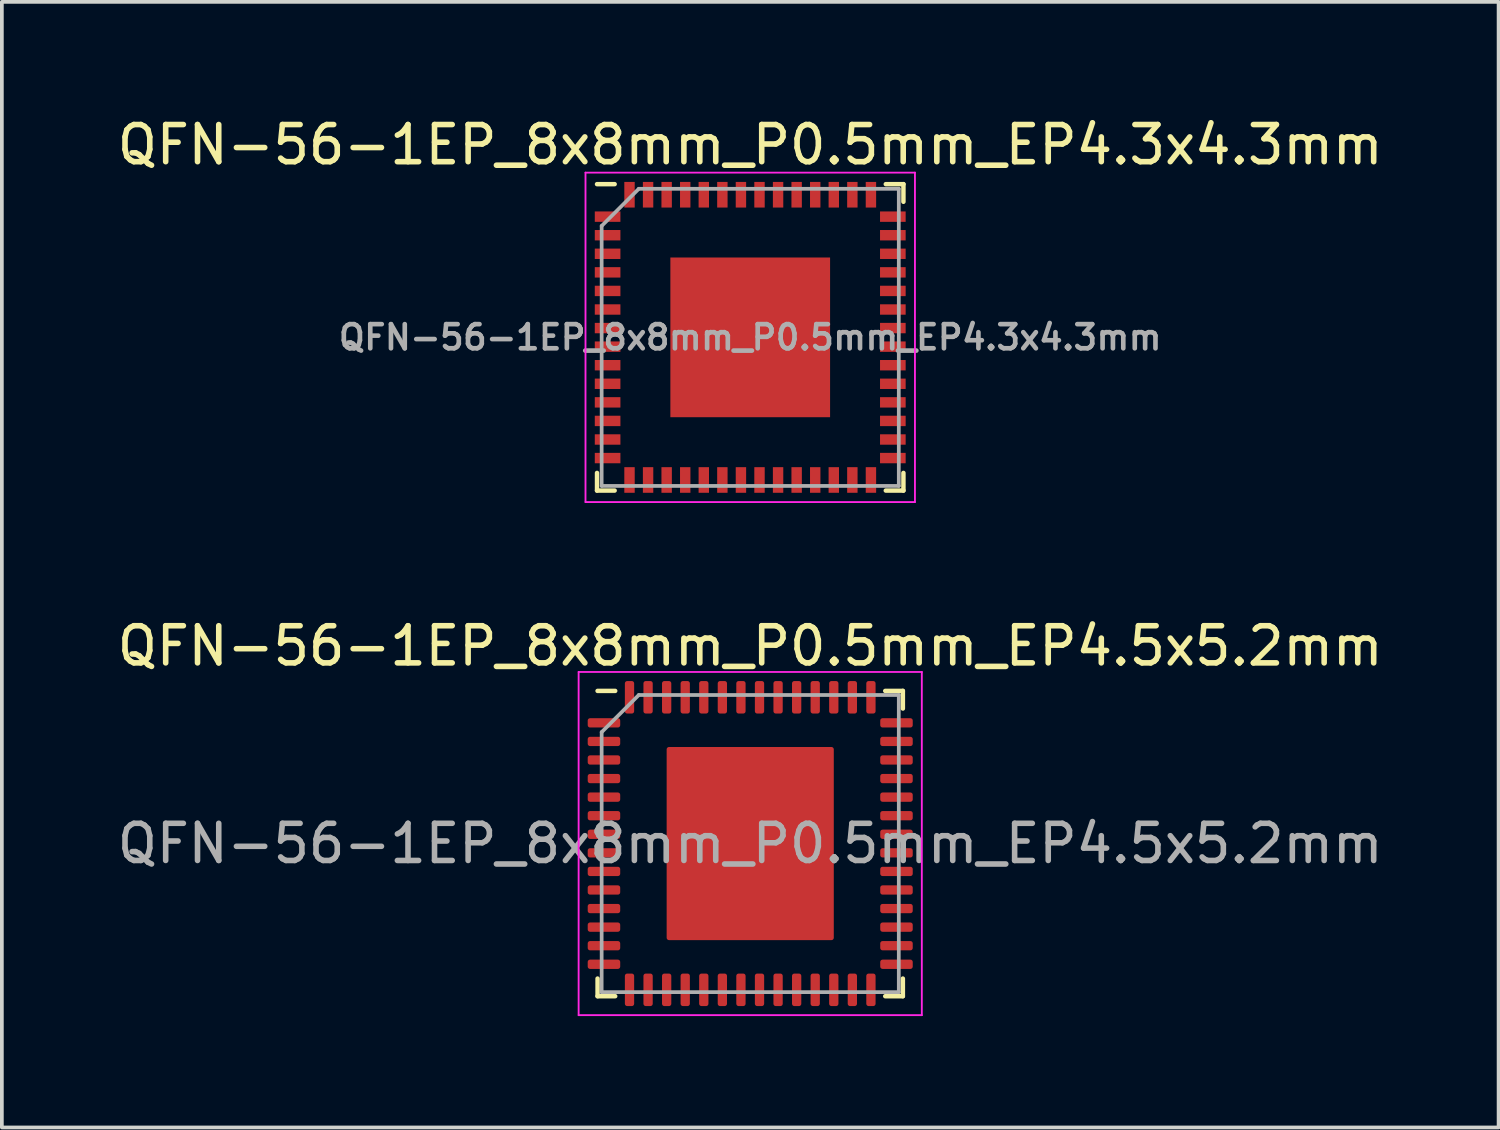
<source format=kicad_pcb>
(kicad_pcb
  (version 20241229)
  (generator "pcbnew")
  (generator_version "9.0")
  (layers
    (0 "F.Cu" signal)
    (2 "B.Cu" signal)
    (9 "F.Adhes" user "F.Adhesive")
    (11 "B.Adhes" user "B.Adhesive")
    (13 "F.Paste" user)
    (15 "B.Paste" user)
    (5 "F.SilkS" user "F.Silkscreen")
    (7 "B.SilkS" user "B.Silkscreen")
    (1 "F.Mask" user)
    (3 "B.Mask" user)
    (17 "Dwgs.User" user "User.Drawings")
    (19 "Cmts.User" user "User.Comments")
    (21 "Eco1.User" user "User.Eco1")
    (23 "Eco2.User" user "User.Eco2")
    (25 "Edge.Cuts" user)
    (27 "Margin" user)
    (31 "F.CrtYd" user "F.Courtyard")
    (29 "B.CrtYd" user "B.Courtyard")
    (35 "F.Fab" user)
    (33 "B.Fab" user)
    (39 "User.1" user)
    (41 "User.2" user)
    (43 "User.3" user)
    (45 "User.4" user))
  (footprint "QFN-56-1EP_8x8mm_P0.5mm_EP4.5x5.2mm"
    (layer "F.Cu")
    (at 17.149 19.662)
    (property "Reference" "QFN-56-1EP_8x8mm_P0.5mm_EP4.5x5.2mm" (at 0 -5.32 0) (layer "F.SilkS") (effects (font (size 1 1) (thickness 0.15))))
    (attr smd)
    (fp_line (start -4.11 4.11) (end -4.11 3.635) (stroke (width 0.12) (type solid)) (layer "F.SilkS"))
    (fp_line (start -3.635 -4.11) (end -4.11 -4.11) (stroke (width 0.12) (type solid)) (layer "F.SilkS"))
    (fp_line (start -3.635 4.11) (end -4.11 4.11) (stroke (width 0.12) (type solid)) (layer "F.SilkS"))
    (fp_line (start 3.635 -4.11) (end 4.11 -4.11) (stroke (width 0.12) (type solid)) (layer "F.SilkS"))
    (fp_line (start 3.635 4.11) (end 4.11 4.11) (stroke (width 0.12) (type solid)) (layer "F.SilkS"))
    (fp_line (start 4.11 -4.11) (end 4.11 -3.635) (stroke (width 0.12) (type solid)) (layer "F.SilkS"))
    (fp_line (start 4.11 4.11) (end 4.11 3.635) (stroke (width 0.12) (type solid)) (layer "F.SilkS"))
    (fp_line (start -4.62 -4.62) (end -4.62 4.62) (stroke (width 0.05) (type solid)) (layer "F.CrtYd"))
    (fp_line (start -4.62 4.62) (end 4.62 4.62) (stroke (width 0.05) (type solid)) (layer "F.CrtYd"))
    (fp_line (start 4.62 -4.62) (end -4.62 -4.62) (stroke (width 0.05) (type solid)) (layer "F.CrtYd"))
    (fp_line (start 4.62 4.62) (end 4.62 -4.62) (stroke (width 0.05) (type solid)) (layer "F.CrtYd"))
    (fp_line (start -4 -3) (end -3 -4) (stroke (width 0.1) (type solid)) (layer "F.Fab"))
    (fp_line (start -4 4) (end -4 -3) (stroke (width 0.1) (type solid)) (layer "F.Fab"))
    (fp_line (start -3 -4) (end 4 -4) (stroke (width 0.1) (type solid)) (layer "F.Fab"))
    (fp_line (start 4 -4) (end 4 4) (stroke (width 0.1) (type solid)) (layer "F.Fab"))
    (fp_line (start 4 4) (end -4 4) (stroke (width 0.1) (type solid)) (layer "F.Fab"))
    (fp_text user "${REFERENCE}" (at 0 0 0) (layer "F.Fab") (effects (font (size 1 1) (thickness 0.15))))
    (pad "" smd roundrect (at -1.68 -1.95) (size 0.91 1.05) (layers "F.Paste") (roundrect_rratio 0.25))
    (pad "" smd roundrect (at -1.68 -0.65) (size 0.91 1.05) (layers "F.Paste") (roundrect_rratio 0.25))
    (pad "" smd roundrect (at -1.68 0.65) (size 0.91 1.05) (layers "F.Paste") (roundrect_rratio 0.25))
    (pad "" smd roundrect (at -1.68 1.95) (size 0.91 1.05) (layers "F.Paste") (roundrect_rratio 0.25))
    (pad "" smd roundrect (at -0.56 -1.95) (size 0.91 1.05) (layers "F.Paste") (roundrect_rratio 0.25))
    (pad "" smd roundrect (at -0.56 -0.65) (size 0.91 1.05) (layers "F.Paste") (roundrect_rratio 0.25))
    (pad "" smd roundrect (at -0.56 0.65) (size 0.91 1.05) (layers "F.Paste") (roundrect_rratio 0.25))
    (pad "" smd roundrect (at -0.56 1.95) (size 0.91 1.05) (layers "F.Paste") (roundrect_rratio 0.25))
    (pad "" smd roundrect (at 0.56 -1.95) (size 0.91 1.05) (layers "F.Paste") (roundrect_rratio 0.25))
    (pad "" smd roundrect (at 0.56 -0.65) (size 0.91 1.05) (layers "F.Paste") (roundrect_rratio 0.25))
    (pad "" smd roundrect (at 0.56 0.65) (size 0.91 1.05) (layers "F.Paste") (roundrect_rratio 0.25))
    (pad "" smd roundrect (at 0.56 1.95) (size 0.91 1.05) (layers "F.Paste") (roundrect_rratio 0.25))
    (pad "" smd roundrect (at 1.68 -1.95) (size 0.91 1.05) (layers "F.Paste") (roundrect_rratio 0.25))
    (pad "" smd roundrect (at 1.68 -0.65) (size 0.91 1.05) (layers "F.Paste") (roundrect_rratio 0.25))
    (pad "" smd roundrect (at 1.68 0.65) (size 0.91 1.05) (layers "F.Paste") (roundrect_rratio 0.25))
    (pad "" smd roundrect (at 1.68 1.95) (size 0.91 1.05) (layers "F.Paste") (roundrect_rratio 0.25))
    (pad "1" smd roundrect (at -3.938 -3.25) (size 0.875 0.25) (layers "F.Cu" "F.Mask" "F.Paste") (roundrect_rratio 0.25))
    (pad "2" smd roundrect (at -3.938 -2.75) (size 0.875 0.25) (layers "F.Cu" "F.Mask" "F.Paste") (roundrect_rratio 0.25))
    (pad "3" smd roundrect (at -3.938 -2.25) (size 0.875 0.25) (layers "F.Cu" "F.Mask" "F.Paste") (roundrect_rratio 0.25))
    (pad "4" smd roundrect (at -3.938 -1.75) (size 0.875 0.25) (layers "F.Cu" "F.Mask" "F.Paste") (roundrect_rratio 0.25))
    (pad "5" smd roundrect (at -3.938 -1.25) (size 0.875 0.25) (layers "F.Cu" "F.Mask" "F.Paste") (roundrect_rratio 0.25))
    (pad "6" smd roundrect (at -3.938 -0.75) (size 0.875 0.25) (layers "F.Cu" "F.Mask" "F.Paste") (roundrect_rratio 0.25))
    (pad "7" smd roundrect (at -3.938 -0.25) (size 0.875 0.25) (layers "F.Cu" "F.Mask" "F.Paste") (roundrect_rratio 0.25))
    (pad "8" smd roundrect (at -3.938 0.25) (size 0.875 0.25) (layers "F.Cu" "F.Mask" "F.Paste") (roundrect_rratio 0.25))
    (pad "9" smd roundrect (at -3.938 0.75) (size 0.875 0.25) (layers "F.Cu" "F.Mask" "F.Paste") (roundrect_rratio 0.25))
    (pad "10" smd roundrect (at -3.938 1.25) (size 0.875 0.25) (layers "F.Cu" "F.Mask" "F.Paste") (roundrect_rratio 0.25))
    (pad "11" smd roundrect (at -3.938 1.75) (size 0.875 0.25) (layers "F.Cu" "F.Mask" "F.Paste") (roundrect_rratio 0.25))
    (pad "12" smd roundrect (at -3.938 2.25) (size 0.875 0.25) (layers "F.Cu" "F.Mask" "F.Paste") (roundrect_rratio 0.25))
    (pad "13" smd roundrect (at -3.938 2.75) (size 0.875 0.25) (layers "F.Cu" "F.Mask" "F.Paste") (roundrect_rratio 0.25))
    (pad "14" smd roundrect (at -3.938 3.25) (size 0.875 0.25) (layers "F.Cu" "F.Mask" "F.Paste") (roundrect_rratio 0.25))
    (pad "15" smd roundrect (at -3.25 3.938) (size 0.25 0.875) (layers "F.Cu" "F.Mask" "F.Paste") (roundrect_rratio 0.25))
    (pad "16" smd roundrect (at -2.75 3.938) (size 0.25 0.875) (layers "F.Cu" "F.Mask" "F.Paste") (roundrect_rratio 0.25))
    (pad "17" smd roundrect (at -2.25 3.938) (size 0.25 0.875) (layers "F.Cu" "F.Mask" "F.Paste") (roundrect_rratio 0.25))
    (pad "18" smd roundrect (at -1.75 3.938) (size 0.25 0.875) (layers "F.Cu" "F.Mask" "F.Paste") (roundrect_rratio 0.25))
    (pad "19" smd roundrect (at -1.25 3.938) (size 0.25 0.875) (layers "F.Cu" "F.Mask" "F.Paste") (roundrect_rratio 0.25))
    (pad "20" smd roundrect (at -0.75 3.938) (size 0.25 0.875) (layers "F.Cu" "F.Mask" "F.Paste") (roundrect_rratio 0.25))
    (pad "21" smd roundrect (at -0.25 3.938) (size 0.25 0.875) (layers "F.Cu" "F.Mask" "F.Paste") (roundrect_rratio 0.25))
    (pad "22" smd roundrect (at 0.25 3.938) (size 0.25 0.875) (layers "F.Cu" "F.Mask" "F.Paste") (roundrect_rratio 0.25))
    (pad "23" smd roundrect (at 0.75 3.938) (size 0.25 0.875) (layers "F.Cu" "F.Mask" "F.Paste") (roundrect_rratio 0.25))
    (pad "24" smd roundrect (at 1.25 3.938) (size 0.25 0.875) (layers "F.Cu" "F.Mask" "F.Paste") (roundrect_rratio 0.25))
    (pad "25" smd roundrect (at 1.75 3.938) (size 0.25 0.875) (layers "F.Cu" "F.Mask" "F.Paste") (roundrect_rratio 0.25))
    (pad "26" smd roundrect (at 2.25 3.938) (size 0.25 0.875) (layers "F.Cu" "F.Mask" "F.Paste") (roundrect_rratio 0.25))
    (pad "27" smd roundrect (at 2.75 3.938) (size 0.25 0.875) (layers "F.Cu" "F.Mask" "F.Paste") (roundrect_rratio 0.25))
    (pad "28" smd roundrect (at 3.25 3.938) (size 0.25 0.875) (layers "F.Cu" "F.Mask" "F.Paste") (roundrect_rratio 0.25))
    (pad "29" smd roundrect (at 3.938 3.25) (size 0.875 0.25) (layers "F.Cu" "F.Mask" "F.Paste") (roundrect_rratio 0.25))
    (pad "30" smd roundrect (at 3.938 2.75) (size 0.875 0.25) (layers "F.Cu" "F.Mask" "F.Paste") (roundrect_rratio 0.25))
    (pad "31" smd roundrect (at 3.938 2.25) (size 0.875 0.25) (layers "F.Cu" "F.Mask" "F.Paste") (roundrect_rratio 0.25))
    (pad "32" smd roundrect (at 3.938 1.75) (size 0.875 0.25) (layers "F.Cu" "F.Mask" "F.Paste") (roundrect_rratio 0.25))
    (pad "33" smd roundrect (at 3.938 1.25) (size 0.875 0.25) (layers "F.Cu" "F.Mask" "F.Paste") (roundrect_rratio 0.25))
    (pad "34" smd roundrect (at 3.938 0.75) (size 0.875 0.25) (layers "F.Cu" "F.Mask" "F.Paste") (roundrect_rratio 0.25))
    (pad "35" smd roundrect (at 3.938 0.25) (size 0.875 0.25) (layers "F.Cu" "F.Mask" "F.Paste") (roundrect_rratio 0.25))
    (pad "36" smd roundrect (at 3.938 -0.25) (size 0.875 0.25) (layers "F.Cu" "F.Mask" "F.Paste") (roundrect_rratio 0.25))
    (pad "37" smd roundrect (at 3.938 -0.75) (size 0.875 0.25) (layers "F.Cu" "F.Mask" "F.Paste") (roundrect_rratio 0.25))
    (pad "38" smd roundrect (at 3.938 -1.25) (size 0.875 0.25) (layers "F.Cu" "F.Mask" "F.Paste") (roundrect_rratio 0.25))
    (pad "39" smd roundrect (at 3.938 -1.75) (size 0.875 0.25) (layers "F.Cu" "F.Mask" "F.Paste") (roundrect_rratio 0.25))
    (pad "40" smd roundrect (at 3.938 -2.25) (size 0.875 0.25) (layers "F.Cu" "F.Mask" "F.Paste") (roundrect_rratio 0.25))
    (pad "41" smd roundrect (at 3.938 -2.75) (size 0.875 0.25) (layers "F.Cu" "F.Mask" "F.Paste") (roundrect_rratio 0.25))
    (pad "42" smd roundrect (at 3.938 -3.25) (size 0.875 0.25) (layers "F.Cu" "F.Mask" "F.Paste") (roundrect_rratio 0.25))
    (pad "43" smd roundrect (at 3.25 -3.938) (size 0.25 0.875) (layers "F.Cu" "F.Mask" "F.Paste") (roundrect_rratio 0.25))
    (pad "44" smd roundrect (at 2.75 -3.938) (size 0.25 0.875) (layers "F.Cu" "F.Mask" "F.Paste") (roundrect_rratio 0.25))
    (pad "45" smd roundrect (at 2.25 -3.938) (size 0.25 0.875) (layers "F.Cu" "F.Mask" "F.Paste") (roundrect_rratio 0.25))
    (pad "46" smd roundrect (at 1.75 -3.938) (size 0.25 0.875) (layers "F.Cu" "F.Mask" "F.Paste") (roundrect_rratio 0.25))
    (pad "47" smd roundrect (at 1.25 -3.938) (size 0.25 0.875) (layers "F.Cu" "F.Mask" "F.Paste") (roundrect_rratio 0.25))
    (pad "48" smd roundrect (at 0.75 -3.938) (size 0.25 0.875) (layers "F.Cu" "F.Mask" "F.Paste") (roundrect_rratio 0.25))
    (pad "49" smd roundrect (at 0.25 -3.938) (size 0.25 0.875) (layers "F.Cu" "F.Mask" "F.Paste") (roundrect_rratio 0.25))
    (pad "50" smd roundrect (at -0.25 -3.938) (size 0.25 0.875) (layers "F.Cu" "F.Mask" "F.Paste") (roundrect_rratio 0.25))
    (pad "51" smd roundrect (at -0.75 -3.938) (size 0.25 0.875) (layers "F.Cu" "F.Mask" "F.Paste") (roundrect_rratio 0.25))
    (pad "52" smd roundrect (at -1.25 -3.938) (size 0.25 0.875) (layers "F.Cu" "F.Mask" "F.Paste") (roundrect_rratio 0.25))
    (pad "53" smd roundrect (at -1.75 -3.938) (size 0.25 0.875) (layers "F.Cu" "F.Mask" "F.Paste") (roundrect_rratio 0.25))
    (pad "54" smd roundrect (at -2.25 -3.938) (size 0.25 0.875) (layers "F.Cu" "F.Mask" "F.Paste") (roundrect_rratio 0.25))
    (pad "55" smd roundrect (at -2.75 -3.938) (size 0.25 0.875) (layers "F.Cu" "F.Mask" "F.Paste") (roundrect_rratio 0.25))
    (pad "56" smd roundrect (at -3.25 -3.938) (size 0.25 0.875) (layers "F.Cu" "F.Mask" "F.Paste") (roundrect_rratio 0.25))
    (pad "57" smd roundrect (at 0 0) (size 4.5 5.2) (layers "F.Cu" "F.Mask") (roundrect_rratio 0.014)))
  (footprint "QFN-56-1EP_8x8mm_P0.5mm_EP4.3x4.3mm"
    (layer "F.Cu")
    (at 17.149 6.033)
    (property "Reference" "QFN-56-1EP_8x8mm_P0.5mm_EP4.3x4.3mm" (at 0 -5.185 0) (layer "F.SilkS") (effects (font (size 1 1) (thickness 0.15))))
    (attr smd)
    (fp_line (start -4.125 -4.125) (end -3.65 -4.125) (stroke (width 0.12) (type solid)) (layer "F.SilkS"))
    (fp_line (start -4.125 4.125) (end -4.125 3.65) (stroke (width 0.12) (type solid)) (layer "F.SilkS"))
    (fp_line (start -3.65 4.125) (end -4.125 4.125) (stroke (width 0.12) (type solid)) (layer "F.SilkS"))
    (fp_line (start 3.65 -4.125) (end 4.125 -4.125) (stroke (width 0.12) (type solid)) (layer "F.SilkS"))
    (fp_line (start 3.65 4.125) (end 4.125 4.125) (stroke (width 0.12) (type solid)) (layer "F.SilkS"))
    (fp_line (start 4.125 -4.125) (end 4.125 -3.65) (stroke (width 0.12) (type solid)) (layer "F.SilkS"))
    (fp_line (start 4.125 4.125) (end 4.125 3.65) (stroke (width 0.12) (type solid)) (layer "F.SilkS"))
    (fp_line (start -4.435 -4.435) (end -4.435 4.435) (stroke (width 0.05) (type solid)) (layer "F.CrtYd"))
    (fp_line (start -4.435 4.435) (end 4.435 4.435) (stroke (width 0.05) (type solid)) (layer "F.CrtYd"))
    (fp_line (start 4.435 -4.435) (end -4.435 -4.435) (stroke (width 0.05) (type solid)) (layer "F.CrtYd"))
    (fp_line (start 4.435 4.435) (end 4.435 -4.435) (stroke (width 0.05) (type solid)) (layer "F.CrtYd"))
    (fp_line (start -4 -3) (end -3 -4) (stroke (width 0.1) (type solid)) (layer "F.Fab"))
    (fp_line (start -4 4) (end -4 -3) (stroke (width 0.1) (type solid)) (layer "F.Fab"))
    (fp_line (start -3 -4) (end 4 -4) (stroke (width 0.1) (type solid)) (layer "F.Fab"))
    (fp_line (start 4 -4) (end 4 4) (stroke (width 0.1) (type solid)) (layer "F.Fab"))
    (fp_line (start 4 4) (end -4 4) (stroke (width 0.1) (type solid)) (layer "F.Fab"))
    (fp_text user "${REFERENCE}" (at 0 0 0) (layer "F.Fab") (effects (font (size 0.65 0.65) (thickness 0.125))))
    (pad "" smd rect (at 0 0) (size 4.3 4.3) (layers "F.Paste"))
    (pad "1" smd rect (at -3.84 -3.25) (size 0.69 0.28) (layers "F.Cu" "F.Mask" "F.Paste"))
    (pad "2" smd rect (at -3.84 -2.75) (size 0.69 0.28) (layers "F.Cu" "F.Mask" "F.Paste"))
    (pad "3" smd rect (at -3.84 -2.25) (size 0.69 0.28) (layers "F.Cu" "F.Mask" "F.Paste"))
    (pad "4" smd rect (at -3.84 -1.75) (size 0.69 0.28) (layers "F.Cu" "F.Mask" "F.Paste"))
    (pad "5" smd rect (at -3.84 -1.25) (size 0.69 0.28) (layers "F.Cu" "F.Mask" "F.Paste"))
    (pad "6" smd rect (at -3.84 -0.75) (size 0.69 0.28) (layers "F.Cu" "F.Mask" "F.Paste"))
    (pad "7" smd rect (at -3.84 -0.25) (size 0.69 0.28) (layers "F.Cu" "F.Mask" "F.Paste"))
    (pad "8" smd rect (at -3.84 0.25) (size 0.69 0.28) (layers "F.Cu" "F.Mask" "F.Paste"))
    (pad "9" smd rect (at -3.84 0.75) (size 0.69 0.28) (layers "F.Cu" "F.Mask" "F.Paste"))
    (pad "10" smd rect (at -3.84 1.25) (size 0.69 0.28) (layers "F.Cu" "F.Mask" "F.Paste"))
    (pad "11" smd rect (at -3.84 1.75) (size 0.69 0.28) (layers "F.Cu" "F.Mask" "F.Paste"))
    (pad "12" smd rect (at -3.84 2.25) (size 0.69 0.28) (layers "F.Cu" "F.Mask" "F.Paste"))
    (pad "13" smd rect (at -3.84 2.75) (size 0.69 0.28) (layers "F.Cu" "F.Mask" "F.Paste"))
    (pad "14" smd rect (at -3.84 3.25) (size 0.69 0.28) (layers "F.Cu" "F.Mask" "F.Paste"))
    (pad "15" smd rect (at -3.25 3.84 90) (size 0.69 0.28) (layers "F.Cu" "F.Mask" "F.Paste"))
    (pad "16" smd rect (at -2.75 3.84 90) (size 0.69 0.28) (layers "F.Cu" "F.Mask" "F.Paste"))
    (pad "17" smd rect (at -2.25 3.84 90) (size 0.69 0.28) (layers "F.Cu" "F.Mask" "F.Paste"))
    (pad "18" smd rect (at -1.75 3.84 90) (size 0.69 0.28) (layers "F.Cu" "F.Mask" "F.Paste"))
    (pad "19" smd rect (at -1.25 3.84 90) (size 0.69 0.28) (layers "F.Cu" "F.Mask" "F.Paste"))
    (pad "20" smd rect (at -0.75 3.84 90) (size 0.69 0.28) (layers "F.Cu" "F.Mask" "F.Paste"))
    (pad "21" smd rect (at -0.25 3.84 90) (size 0.69 0.28) (layers "F.Cu" "F.Mask" "F.Paste"))
    (pad "22" smd rect (at 0.25 3.84 90) (size 0.69 0.28) (layers "F.Cu" "F.Mask" "F.Paste"))
    (pad "23" smd rect (at 0.75 3.84 90) (size 0.69 0.28) (layers "F.Cu" "F.Mask" "F.Paste"))
    (pad "24" smd rect (at 1.25 3.84 90) (size 0.69 0.28) (layers "F.Cu" "F.Mask" "F.Paste"))
    (pad "25" smd rect (at 1.75 3.84 90) (size 0.69 0.28) (layers "F.Cu" "F.Mask" "F.Paste"))
    (pad "26" smd rect (at 2.25 3.84 90) (size 0.69 0.28) (layers "F.Cu" "F.Mask" "F.Paste"))
    (pad "27" smd rect (at 2.75 3.84 90) (size 0.69 0.28) (layers "F.Cu" "F.Mask" "F.Paste"))
    (pad "28" smd rect (at 3.25 3.84 90) (size 0.69 0.28) (layers "F.Cu" "F.Mask" "F.Paste"))
    (pad "29" smd rect (at 3.84 3.25) (size 0.69 0.28) (layers "F.Cu" "F.Mask" "F.Paste"))
    (pad "30" smd rect (at 3.84 2.75) (size 0.69 0.28) (layers "F.Cu" "F.Mask" "F.Paste"))
    (pad "31" smd rect (at 3.84 2.25) (size 0.69 0.28) (layers "F.Cu" "F.Mask" "F.Paste"))
    (pad "32" smd rect (at 3.84 1.75) (size 0.69 0.28) (layers "F.Cu" "F.Mask" "F.Paste"))
    (pad "33" smd rect (at 3.84 1.25) (size 0.69 0.28) (layers "F.Cu" "F.Mask" "F.Paste"))
    (pad "34" smd rect (at 3.84 0.75) (size 0.69 0.28) (layers "F.Cu" "F.Mask" "F.Paste"))
    (pad "35" smd rect (at 3.84 0.25) (size 0.69 0.28) (layers "F.Cu" "F.Mask" "F.Paste"))
    (pad "36" smd rect (at 3.84 -0.25) (size 0.69 0.28) (layers "F.Cu" "F.Mask" "F.Paste"))
    (pad "37" smd rect (at 3.84 -0.75) (size 0.69 0.28) (layers "F.Cu" "F.Mask" "F.Paste"))
    (pad "38" smd rect (at 3.84 -1.25) (size 0.69 0.28) (layers "F.Cu" "F.Mask" "F.Paste"))
    (pad "39" smd rect (at 3.84 -1.75) (size 0.69 0.28) (layers "F.Cu" "F.Mask" "F.Paste"))
    (pad "40" smd rect (at 3.84 -2.25) (size 0.69 0.28) (layers "F.Cu" "F.Mask" "F.Paste"))
    (pad "41" smd rect (at 3.84 -2.75) (size 0.69 0.28) (layers "F.Cu" "F.Mask" "F.Paste"))
    (pad "42" smd rect (at 3.84 -3.25) (size 0.69 0.28) (layers "F.Cu" "F.Mask" "F.Paste"))
    (pad "43" smd rect (at 3.25 -3.84 90) (size 0.69 0.28) (layers "F.Cu" "F.Mask" "F.Paste"))
    (pad "44" smd rect (at 2.75 -3.84 90) (size 0.69 0.28) (layers "F.Cu" "F.Mask" "F.Paste"))
    (pad "45" smd rect (at 2.25 -3.84 90) (size 0.69 0.28) (layers "F.Cu" "F.Mask" "F.Paste"))
    (pad "46" smd rect (at 1.75 -3.84 90) (size 0.69 0.28) (layers "F.Cu" "F.Mask" "F.Paste"))
    (pad "47" smd rect (at 1.25 -3.84 90) (size 0.69 0.28) (layers "F.Cu" "F.Mask" "F.Paste"))
    (pad "48" smd rect (at 0.75 -3.84 90) (size 0.69 0.28) (layers "F.Cu" "F.Mask" "F.Paste"))
    (pad "49" smd rect (at 0.25 -3.84 90) (size 0.69 0.28) (layers "F.Cu" "F.Mask" "F.Paste"))
    (pad "50" smd rect (at -0.25 -3.84 90) (size 0.69 0.28) (layers "F.Cu" "F.Mask" "F.Paste"))
    (pad "51" smd rect (at -0.75 -3.84 90) (size 0.69 0.28) (layers "F.Cu" "F.Mask" "F.Paste"))
    (pad "52" smd rect (at -1.25 -3.84 90) (size 0.69 0.28) (layers "F.Cu" "F.Mask" "F.Paste"))
    (pad "53" smd rect (at -1.75 -3.84 90) (size 0.69 0.28) (layers "F.Cu" "F.Mask" "F.Paste"))
    (pad "54" smd rect (at -2.25 -3.84 90) (size 0.69 0.28) (layers "F.Cu" "F.Mask" "F.Paste"))
    (pad "55" smd rect (at -2.75 -3.84 90) (size 0.69 0.28) (layers "F.Cu" "F.Mask" "F.Paste"))
    (pad "56" smd rect (at -3.25 -3.84 90) (size 0.69 0.28) (layers "F.Cu" "F.Mask" "F.Paste"))
    (pad "57" smd rect (at 0 0) (size 4.3 4.3) (layers "F.Cu" "F.Mask")))
  (gr_rect
    (start -3 -3)
    (end 37.298 27.306)
    (stroke (width 0.1) (type default))
    (fill no)
    (layer "Edge.Cuts")))
</source>
